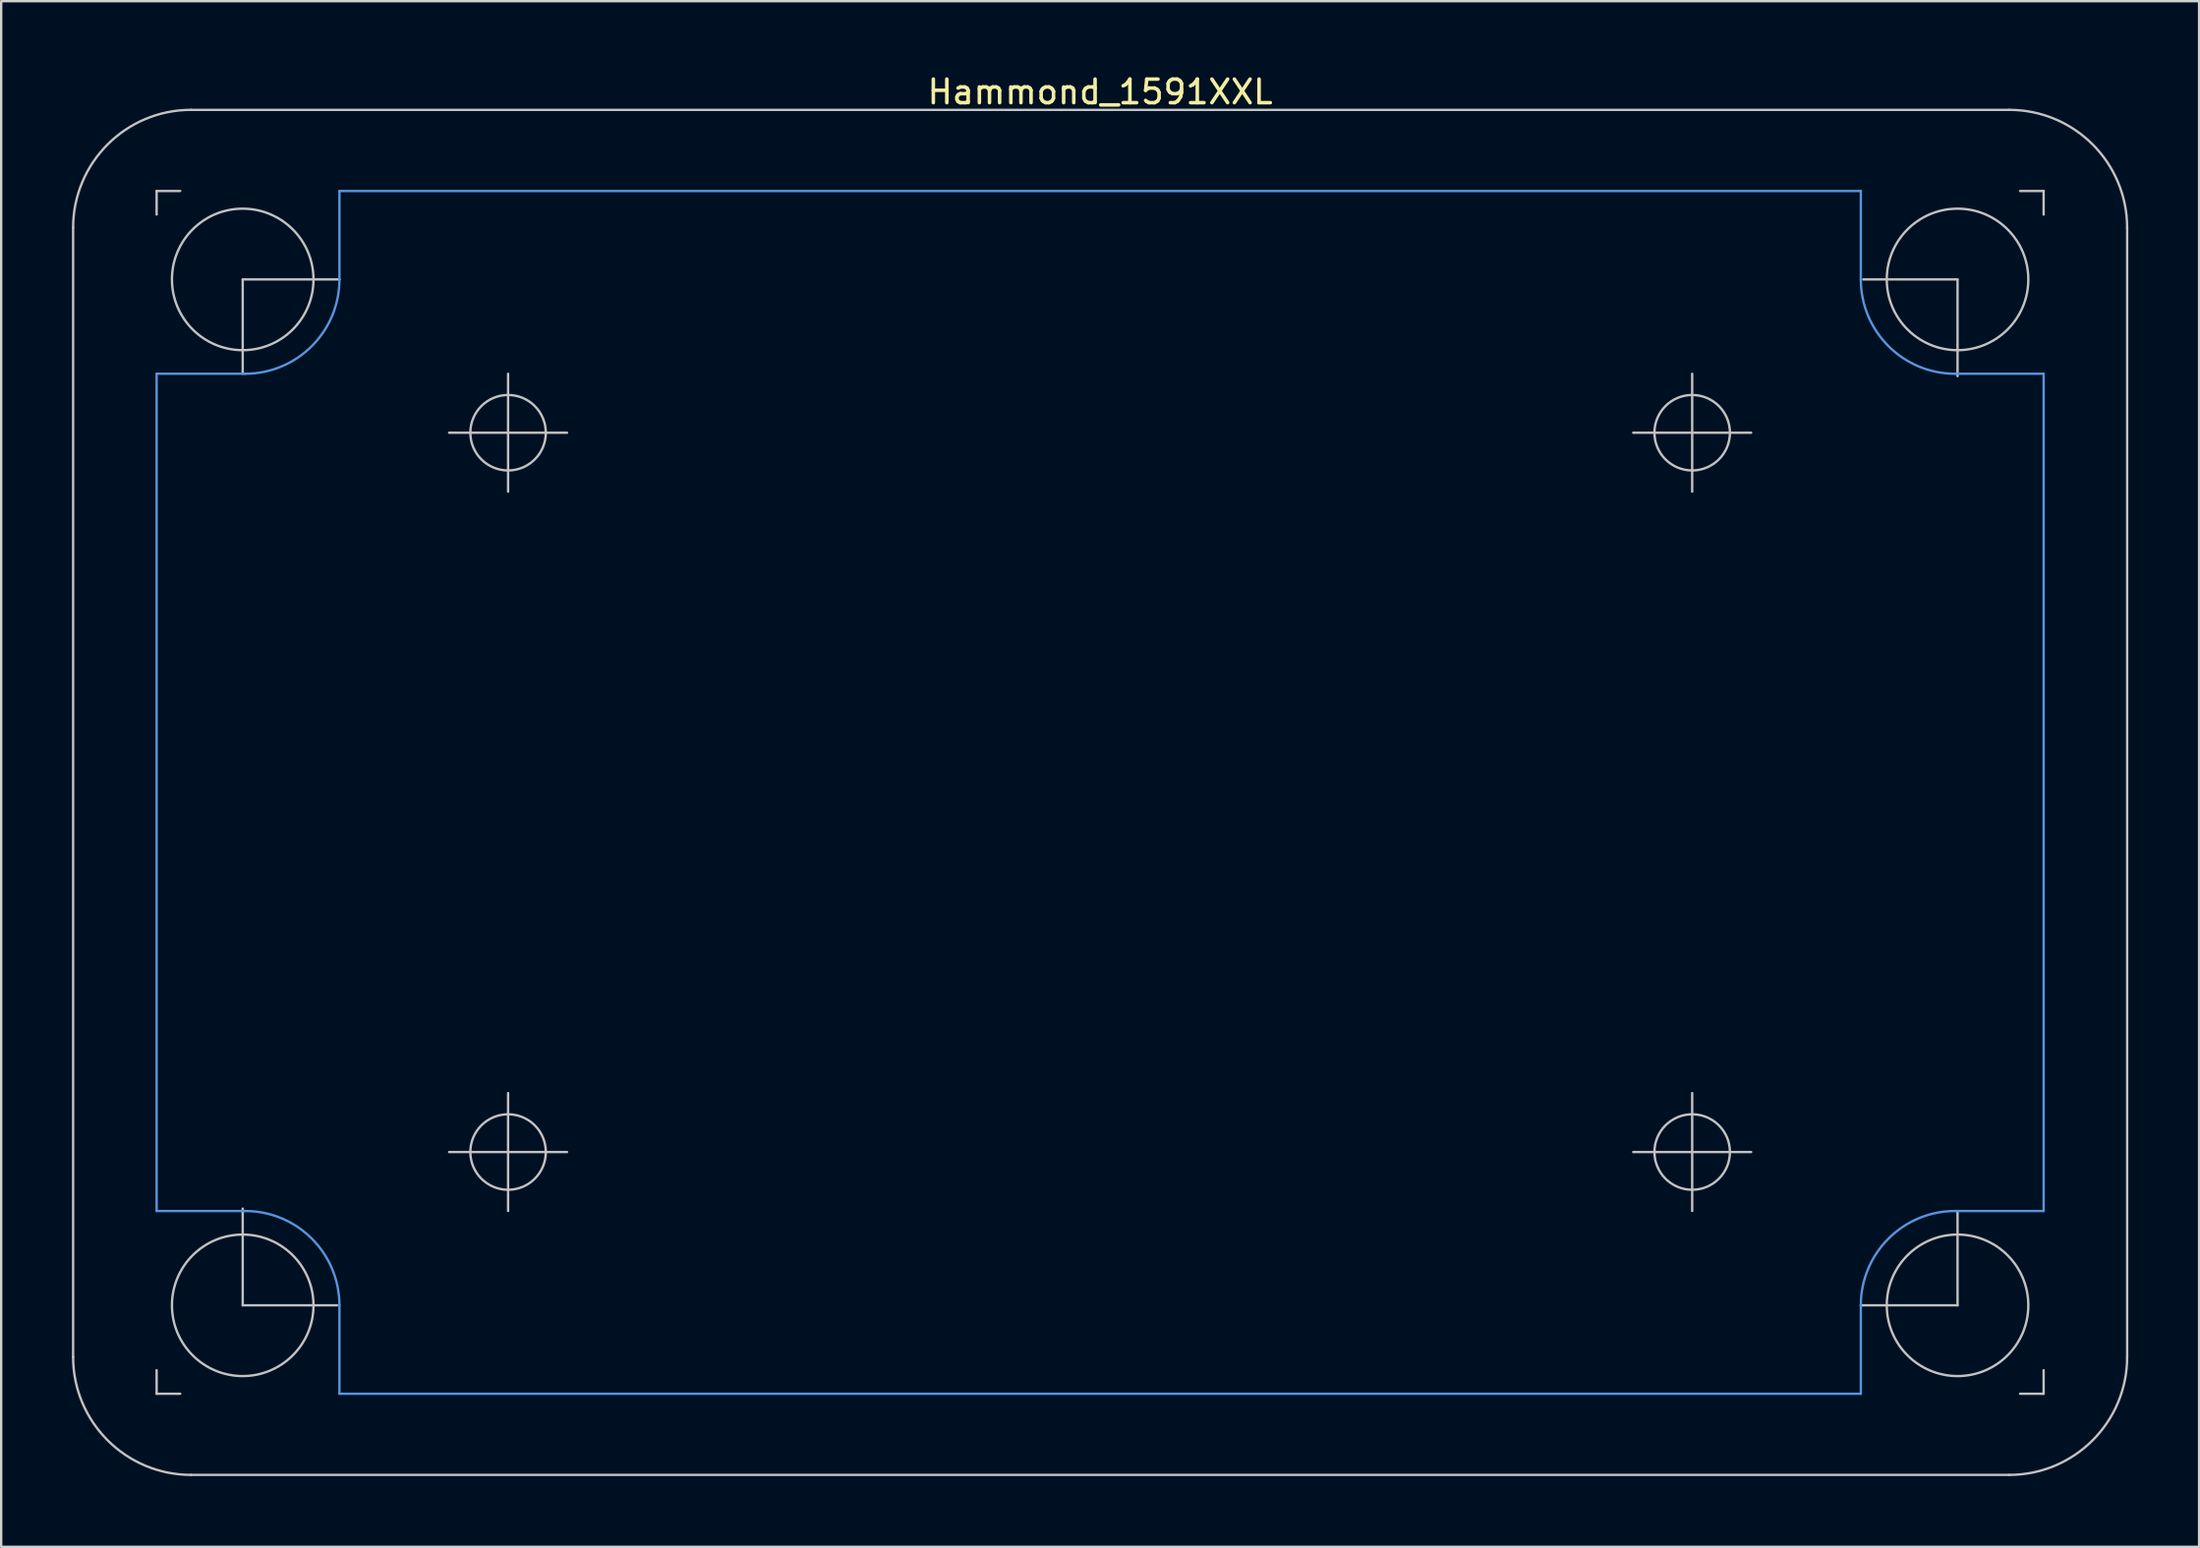
<source format=kicad_pcb>
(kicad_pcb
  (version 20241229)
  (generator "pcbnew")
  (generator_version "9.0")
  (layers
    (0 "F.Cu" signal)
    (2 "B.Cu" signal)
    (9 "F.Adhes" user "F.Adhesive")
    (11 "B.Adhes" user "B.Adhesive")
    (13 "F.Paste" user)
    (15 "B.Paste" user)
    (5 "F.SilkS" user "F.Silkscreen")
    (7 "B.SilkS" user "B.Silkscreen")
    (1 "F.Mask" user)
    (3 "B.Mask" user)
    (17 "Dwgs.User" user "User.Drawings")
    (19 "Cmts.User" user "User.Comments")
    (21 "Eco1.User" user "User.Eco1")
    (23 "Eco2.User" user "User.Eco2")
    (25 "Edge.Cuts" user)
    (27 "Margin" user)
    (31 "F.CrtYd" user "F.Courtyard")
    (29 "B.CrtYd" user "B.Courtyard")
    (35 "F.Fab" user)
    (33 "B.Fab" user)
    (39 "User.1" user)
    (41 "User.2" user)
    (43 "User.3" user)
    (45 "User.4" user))
  (footprint "Hammond_1591XXL"
    (layer "F.Cu")
    (at 43.59 30.548)
    (property "Reference" "Hammond_1591XXL" (at 0 -29.7 0) (layer "F.SilkS") (effects (font (size 1 1) (thickness 0.15))))
    (attr through_hole)
    (fp_line (start -43.54 23.94) (end -43.54 -23.94) (stroke (width 0.1) (type solid)) (layer "Dwgs.User"))
    (fp_line (start -40 -25.5) (end -40 -24.5) (stroke (width 0.1) (type solid)) (layer "Dwgs.User"))
    (fp_line (start -40 -25.5) (end -39 -25.5) (stroke (width 0.1) (type solid)) (layer "Dwgs.User"))
    (fp_line (start -40 25.5) (end -40 24.5) (stroke (width 0.1) (type solid)) (layer "Dwgs.User"))
    (fp_line (start -40 25.5) (end -39 25.5) (stroke (width 0.1) (type solid)) (layer "Dwgs.User"))
    (fp_line (start -38.54 -28.94) (end 38.54 -28.94) (stroke (width 0.1) (type solid)) (layer "Dwgs.User"))
    (fp_line (start -36.35 -21.75) (end -36.35 -17.75) (stroke (width 0.1) (type solid)) (layer "Dwgs.User"))
    (fp_line (start -36.35 -21.75) (end -32.25 -21.75) (stroke (width 0.1) (type solid)) (layer "Dwgs.User"))
    (fp_line (start -36.35 21.75) (end -36.35 17.65) (stroke (width 0.1) (type solid)) (layer "Dwgs.User"))
    (fp_line (start -36.35 21.75) (end -32.35 21.75) (stroke (width 0.1) (type solid)) (layer "Dwgs.User"))
    (fp_line (start -27.6 -15.25) (end -22.6 -15.25) (stroke (width 0.1) (type solid)) (layer "Dwgs.User"))
    (fp_line (start -27.6 15.25) (end -22.6 15.25) (stroke (width 0.1) (type solid)) (layer "Dwgs.User"))
    (fp_line (start -25.1 -17.75) (end -25.1 -12.75) (stroke (width 0.1) (type solid)) (layer "Dwgs.User"))
    (fp_line (start -25.1 12.75) (end -25.1 17.75) (stroke (width 0.1) (type solid)) (layer "Dwgs.User"))
    (fp_line (start 22.6 -15.25) (end 27.6 -15.25) (stroke (width 0.1) (type solid)) (layer "Dwgs.User"))
    (fp_line (start 22.6 15.25) (end 27.6 15.25) (stroke (width 0.1) (type solid)) (layer "Dwgs.User"))
    (fp_line (start 25.1 -17.75) (end 25.1 -12.75) (stroke (width 0.1) (type solid)) (layer "Dwgs.User"))
    (fp_line (start 25.1 12.75) (end 25.1 17.75) (stroke (width 0.1) (type solid)) (layer "Dwgs.User"))
    (fp_line (start 36.35 -21.75) (end 32.35 -21.75) (stroke (width 0.1) (type solid)) (layer "Dwgs.User"))
    (fp_line (start 36.35 -21.75) (end 36.35 -17.65) (stroke (width 0.1) (type solid)) (layer "Dwgs.User"))
    (fp_line (start 36.35 21.75) (end 32.25 21.75) (stroke (width 0.1) (type solid)) (layer "Dwgs.User"))
    (fp_line (start 36.35 21.75) (end 36.35 17.75) (stroke (width 0.1) (type solid)) (layer "Dwgs.User"))
    (fp_line (start 38.54 28.94) (end -38.54 28.94) (stroke (width 0.1) (type solid)) (layer "Dwgs.User"))
    (fp_line (start 40 -25.5) (end 39 -25.5) (stroke (width 0.1) (type solid)) (layer "Dwgs.User"))
    (fp_line (start 40 -25.5) (end 40 -24.5) (stroke (width 0.1) (type solid)) (layer "Dwgs.User"))
    (fp_line (start 40 25.5) (end 39 25.5) (stroke (width 0.1) (type solid)) (layer "Dwgs.User"))
    (fp_line (start 40 25.5) (end 40 24.5) (stroke (width 0.1) (type solid)) (layer "Dwgs.User"))
    (fp_line (start 43.54 -23.94) (end 43.54 23.94) (stroke (width 0.1) (type solid)) (layer "Dwgs.User"))
    (fp_arc (start -43.54 -23.94) (mid -42.075534 -27.475534) (end -38.54 -28.94) (stroke (width 0.1) (type solid)) (layer "Dwgs.User"))
    (fp_arc (start -38.54 28.94) (mid -42.075534 27.475534) (end -43.54 23.94) (stroke (width 0.1) (type solid)) (layer "Dwgs.User"))
    (fp_arc (start 38.54 -28.94) (mid 42.075534 -27.475534) (end 43.54 -23.94) (stroke (width 0.1) (type solid)) (layer "Dwgs.User"))
    (fp_arc (start 43.54 23.94) (mid 42.075534 27.475534) (end 38.54 28.94) (stroke (width 0.1) (type solid)) (layer "Dwgs.User"))
    (fp_circle (center -36.35 -21.75) (end -33.35 -21.75) (stroke (width 0.1) (type solid)) (fill no) (layer "Dwgs.User"))
    (fp_circle (center -36.35 21.75) (end -33.35 21.75) (stroke (width 0.1) (type solid)) (fill no) (layer "Dwgs.User"))
    (fp_circle (center -25.1 -15.25) (end -23.5 -15.25) (stroke (width 0.1) (type solid)) (fill no) (layer "Dwgs.User"))
    (fp_circle (center -25.1 15.25) (end -23.5 15.25) (stroke (width 0.1) (type solid)) (fill no) (layer "Dwgs.User"))
    (fp_circle (center 25.1 -15.25) (end 26.7 -15.25) (stroke (width 0.1) (type solid)) (fill no) (layer "Dwgs.User"))
    (fp_circle (center 25.1 15.25) (end 26.7 15.25) (stroke (width 0.1) (type solid)) (fill no) (layer "Dwgs.User"))
    (fp_circle (center 36.35 -21.75) (end 39.35 -21.75) (stroke (width 0.1) (type solid)) (fill no) (layer "Dwgs.User"))
    (fp_circle (center 36.35 21.75) (end 39.35 21.75) (stroke (width 0.1) (type solid)) (fill no) (layer "Dwgs.User"))
    (fp_line (start -40 -17.75) (end -40 17.75) (stroke (width 0.1) (type solid)) (layer "Cmts.User"))
    (fp_line (start -40 17.75) (end -36.25 17.75) (stroke (width 0.1) (type solid)) (layer "Cmts.User"))
    (fp_line (start -36.25 -17.75) (end -40 -17.75) (stroke (width 0.1) (type solid)) (layer "Cmts.User"))
    (fp_line (start -32.25 -25.5) (end -32.25 -21.75) (stroke (width 0.1) (type solid)) (layer "Cmts.User"))
    (fp_line (start -32.25 21.75) (end -32.25 25.5) (stroke (width 0.1) (type solid)) (layer "Cmts.User"))
    (fp_line (start 32.25 -25.5) (end -32.25 -25.5) (stroke (width 0.1) (type solid)) (layer "Cmts.User"))
    (fp_line (start 32.25 -21.75) (end 32.25 -25.5) (stroke (width 0.1) (type solid)) (layer "Cmts.User"))
    (fp_line (start 32.25 25.5) (end -32.25 25.5) (stroke (width 0.1) (type solid)) (layer "Cmts.User"))
    (fp_line (start 32.25 25.5) (end 32.25 21.75) (stroke (width 0.1) (type solid)) (layer "Cmts.User"))
    (fp_line (start 36.25 17.75) (end 40 17.75) (stroke (width 0.1) (type solid)) (layer "Cmts.User"))
    (fp_line (start 40 -17.75) (end 36.25 -17.75) (stroke (width 0.1) (type solid)) (layer "Cmts.User"))
    (fp_line (start 40 -17.75) (end 40 17.75) (stroke (width 0.1) (type solid)) (layer "Cmts.User"))
    (fp_arc (start -36.25 17.75) (mid -33.421573 18.921573) (end -32.25 21.75) (stroke (width 0.1) (type solid)) (layer "Cmts.User"))
    (fp_arc (start -32.25 -21.75) (mid -33.421573 -18.921573) (end -36.25 -17.75) (stroke (width 0.1) (type solid)) (layer "Cmts.User"))
    (fp_arc (start 32.25 21.75) (mid 33.421573 18.921573) (end 36.25 17.75) (stroke (width 0.1) (type solid)) (layer "Cmts.User"))
    (fp_arc (start 36.25 -17.75) (mid 33.421573 -18.921573) (end 32.25 -21.75) (stroke (width 0.1) (type solid)) (layer "Cmts.User")))
  (gr_rect
    (start -3 -3)
    (end 90.18 62.538)
    (stroke (width 0.1) (type default))
    (fill no)
    (layer "Edge.Cuts")))
</source>
